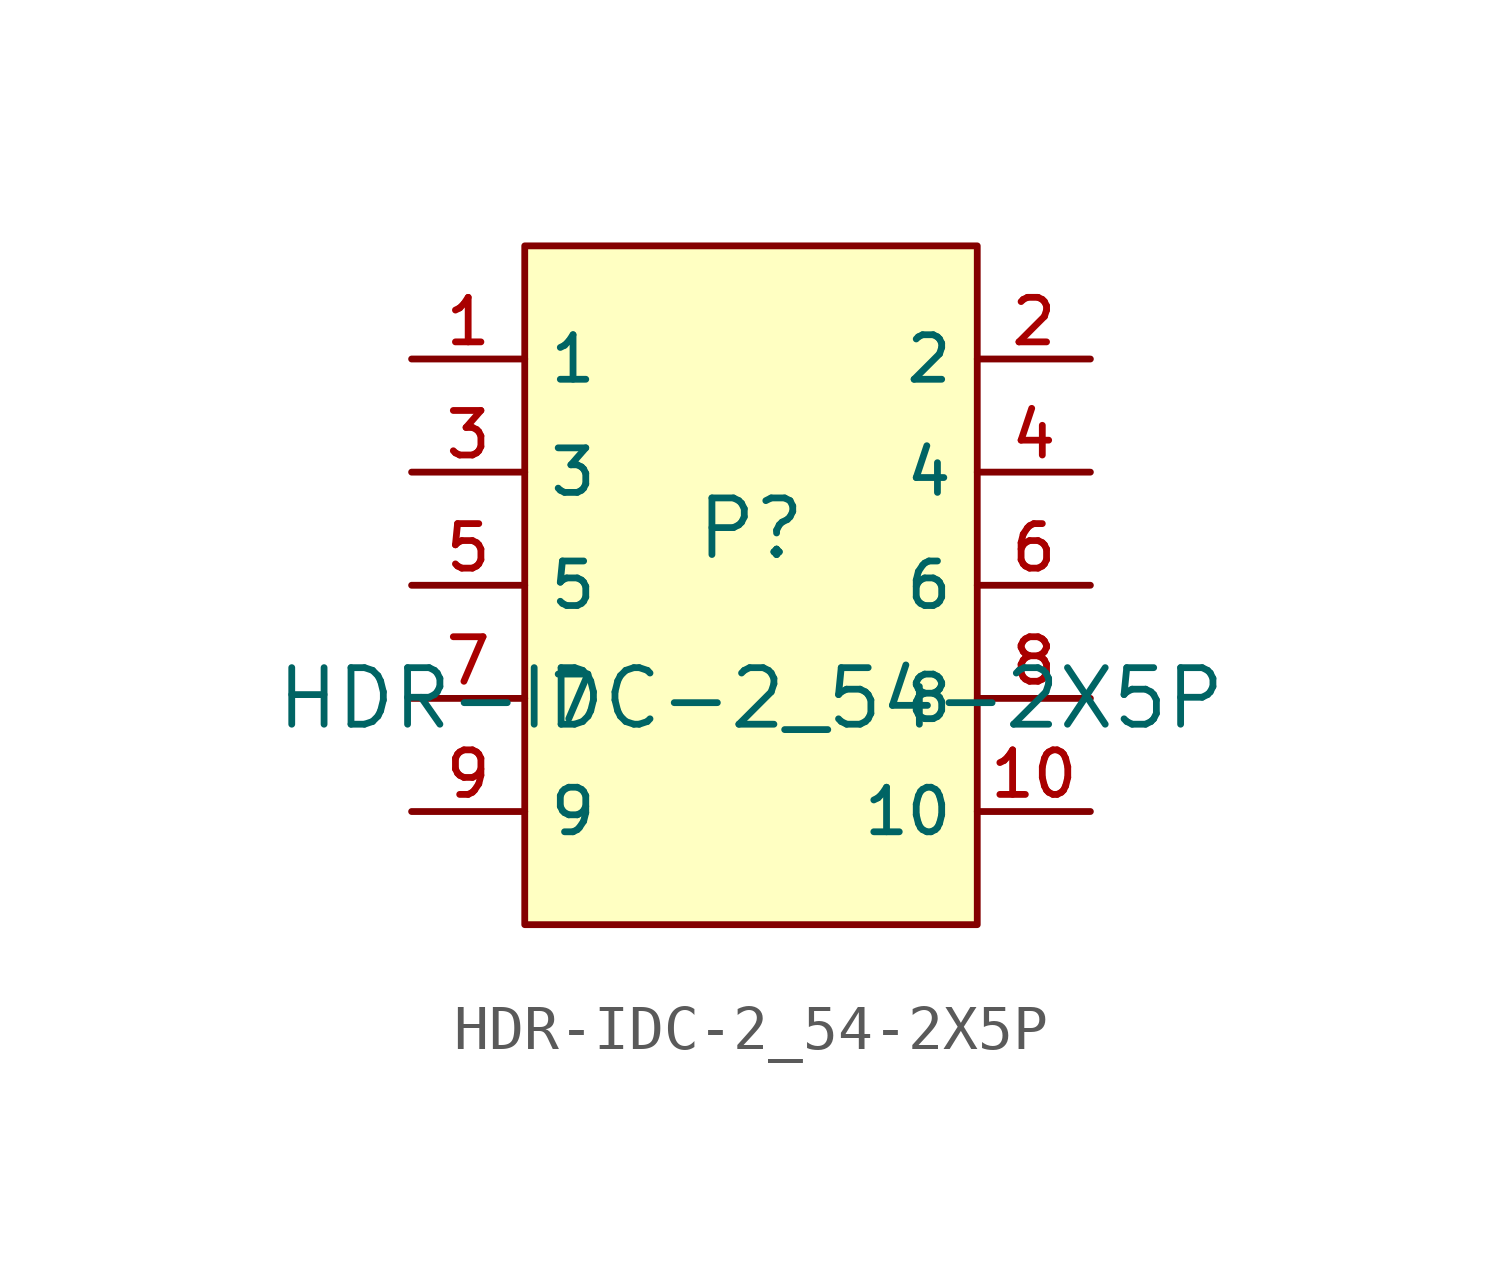
<source format=kicad_sym>
(kicad_symbol_lib
  (version 20210201)
  (generator TousstNicolas/JLC2KiCad_lib)
  (symbol "HDR-IDC-2_54-2X5P"
    (property "Reference" "P"
      (at 0 1.27 0)
      (effects (font (size 1.27 1.27))))
    (property "Value" "HDR-IDC-2_54-2X5P"
      (at 0 -2.54 0)
      (effects (font (size 1.27 1.27))))
    (symbol "HDR-IDC-2_54-2X5P_0_1"
      (pin unspecified line (at -7.62 5.08 0) (length 2.54) (name "1" (effects (font (size 1 1)))) (number "1" (effects (font (size 1 1)))))
      (pin unspecified line (at 7.62 5.08 180) (length 2.54) (name "2" (effects (font (size 1 1)))) (number "2" (effects (font (size 1 1)))))
      (pin unspecified line (at -7.62 2.54 0) (length 2.54) (name "3" (effects (font (size 1 1)))) (number "3" (effects (font (size 1 1)))))
      (pin unspecified line (at 7.62 2.54 180) (length 2.54) (name "4" (effects (font (size 1 1)))) (number "4" (effects (font (size 1 1)))))
      (pin unspecified line (at -7.62 -0.0 0) (length 2.54) (name "5" (effects (font (size 1 1)))) (number "5" (effects (font (size 1 1)))))
      (pin unspecified line (at 7.62 -0.0 180) (length 2.54) (name "6" (effects (font (size 1 1)))) (number "6" (effects (font (size 1 1)))))
      (pin unspecified line (at -7.62 -2.54 0) (length 2.54) (name "7" (effects (font (size 1 1)))) (number "7" (effects (font (size 1 1)))))
      (pin unspecified line (at 7.62 -2.54 180) (length 2.54) (name "8" (effects (font (size 1 1)))) (number "8" (effects (font (size 1 1)))))
      (pin unspecified line (at -7.62 -5.08 0) (length 2.54) (name "9" (effects (font (size 1 1)))) (number "9" (effects (font (size 1 1)))))
      (pin unspecified line (at 7.62 -5.08 180) (length 2.54) (name "10" (effects (font (size 1 1)))) (number "10" (effects (font (size 1 1)))))
      (rectangle (start -5.08 7.62) (end 5.08 -7.62) (stroke (width 0) (type default) (color 0 0 0 0)) (fill (type background))))))
</source>
